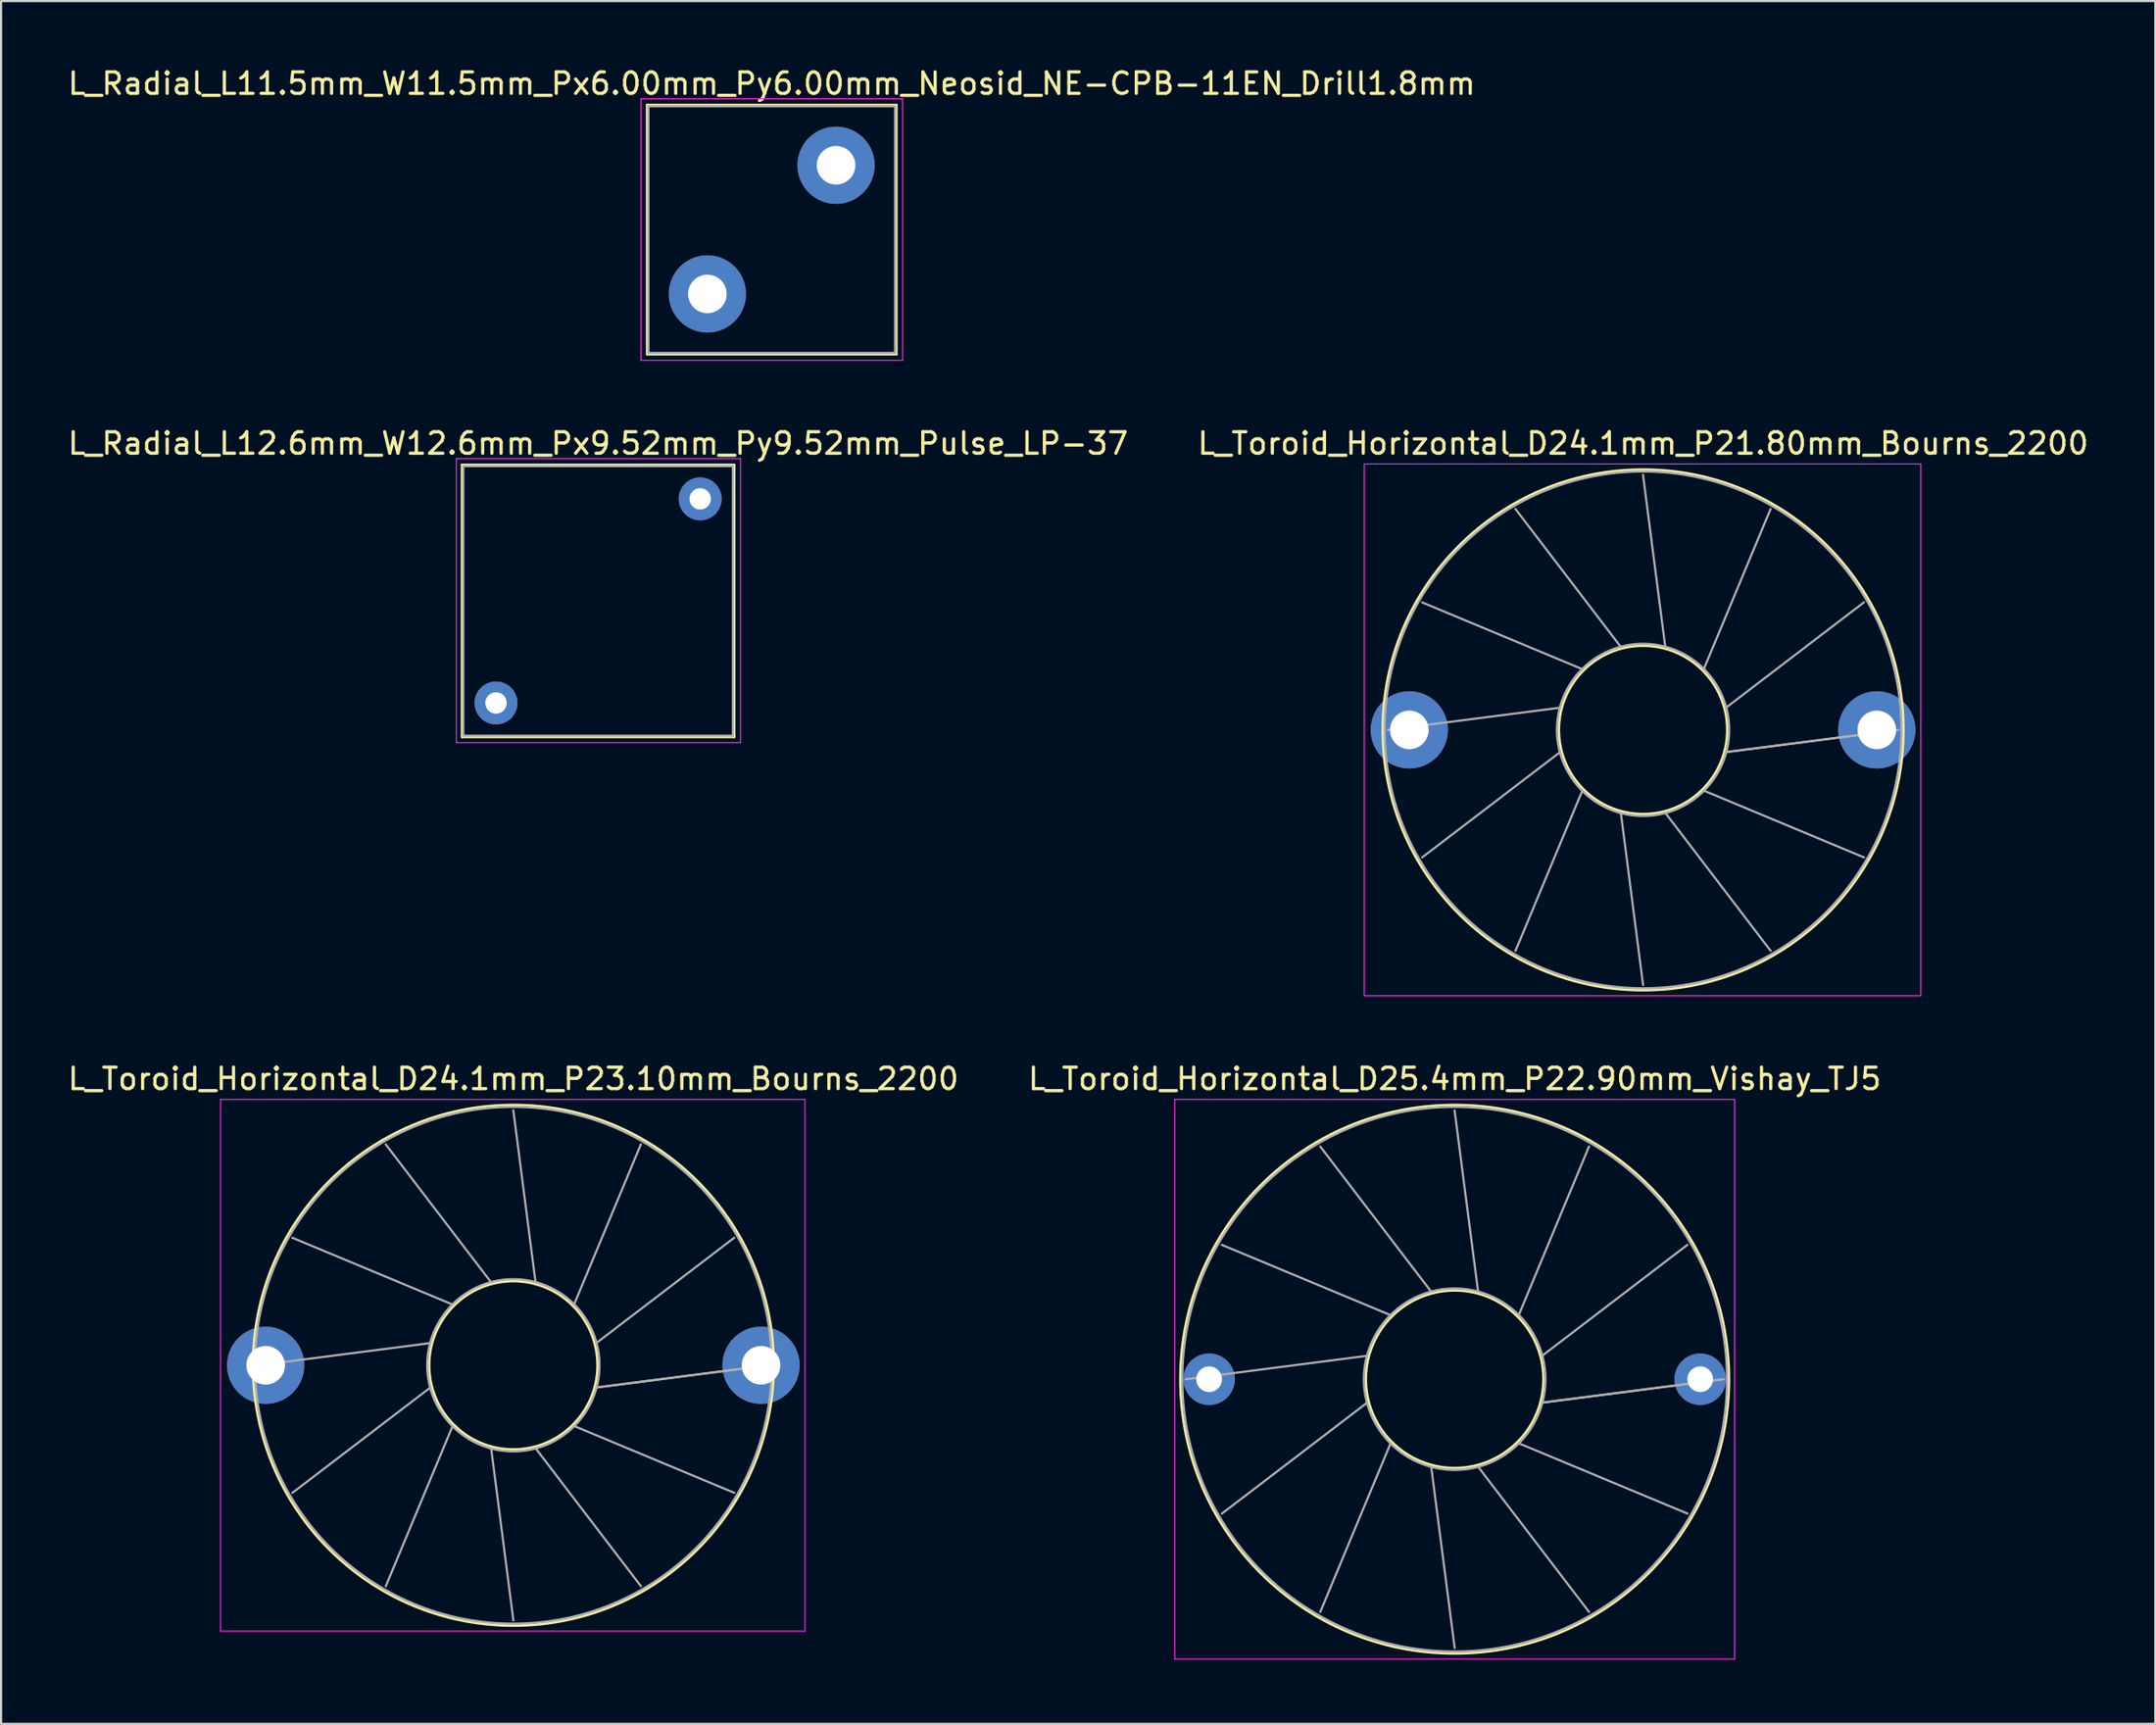
<source format=kicad_pcb>
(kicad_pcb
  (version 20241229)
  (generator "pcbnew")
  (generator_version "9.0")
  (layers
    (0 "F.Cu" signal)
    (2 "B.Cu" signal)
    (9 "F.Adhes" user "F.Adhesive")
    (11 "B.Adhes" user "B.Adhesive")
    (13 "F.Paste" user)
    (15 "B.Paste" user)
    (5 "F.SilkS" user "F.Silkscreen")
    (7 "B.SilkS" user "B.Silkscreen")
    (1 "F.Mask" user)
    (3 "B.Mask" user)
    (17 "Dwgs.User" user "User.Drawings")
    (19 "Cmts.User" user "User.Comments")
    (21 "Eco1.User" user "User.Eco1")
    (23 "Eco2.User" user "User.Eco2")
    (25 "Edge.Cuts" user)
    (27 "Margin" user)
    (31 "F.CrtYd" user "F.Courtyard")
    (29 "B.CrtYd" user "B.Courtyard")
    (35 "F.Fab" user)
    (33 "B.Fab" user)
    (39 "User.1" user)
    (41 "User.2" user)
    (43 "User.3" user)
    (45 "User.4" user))
  (footprint "L_Toroid_Horizontal_D24.1mm_P23.10mm_Bourns_2200"
    (layer "F.Cu")
    (at 9.337 60.625)
    (property "Reference" "L_Toroid_Horizontal_D24.1mm_P23.10mm_Bourns_2200" (at 11.55 -13.36 0) (layer "F.SilkS") (effects (font (size 1 1) (thickness 0.15))))
    (attr through_hole)
    (fp_circle (center 11.55 0) (end 15.477 0) (stroke (width 0.12) (type solid)) (fill no) (layer "F.SilkS"))
    (fp_circle (center 11.55 0) (end 23.69 0) (stroke (width 0.12) (type solid)) (fill no) (layer "F.SilkS"))
    (fp_line (start -2.1 -12.4) (end -2.1 12.4) (stroke (width 0.05) (type solid)) (layer "F.CrtYd"))
    (fp_line (start -2.1 12.4) (end 25.15 12.4) (stroke (width 0.05) (type solid)) (layer "F.CrtYd"))
    (fp_line (start 25.15 -12.4) (end -2.1 -12.4) (stroke (width 0.05) (type solid)) (layer "F.CrtYd"))
    (fp_line (start 25.15 12.4) (end 25.15 -12.4) (stroke (width 0.05) (type solid)) (layer "F.CrtYd"))
    (fp_line (start -0.347 0.001) (end 7.681 -1.036) (stroke (width 0.1) (type solid)) (layer "F.Fab"))
    (fp_line (start 1.246 -5.947) (end 8.718 -2.832) (stroke (width 0.1) (type solid)) (layer "F.Fab"))
    (fp_line (start 1.247 5.949) (end 7.681 1.037) (stroke (width 0.1) (type solid)) (layer "F.Fab"))
    (fp_line (start 5.6 -10.303) (end 10.513 -3.869) (stroke (width 0.1) (type solid)) (layer "F.Fab"))
    (fp_line (start 5.602 10.304) (end 8.718 2.832) (stroke (width 0.1) (type solid)) (layer "F.Fab"))
    (fp_line (start 11.548 -11.897) (end 12.586 -3.869) (stroke (width 0.1) (type solid)) (layer "F.Fab"))
    (fp_line (start 11.551 11.897) (end 10.514 3.869) (stroke (width 0.1) (type solid)) (layer "F.Fab"))
    (fp_line (start 17.497 -10.304) (end 14.382 -2.833) (stroke (width 0.1) (type solid)) (layer "F.Fab"))
    (fp_line (start 17.499 10.303) (end 12.587 3.869) (stroke (width 0.1) (type solid)) (layer "F.Fab"))
    (fp_line (start 21.852 -5.95) (end 15.419 -1.037) (stroke (width 0.1) (type solid)) (layer "F.Fab"))
    (fp_line (start 21.853 5.948) (end 14.382 2.832) (stroke (width 0.1) (type solid)) (layer "F.Fab"))
    (fp_line (start 23.447 -0.002) (end 15.419 1.036) (stroke (width 0.1) (type solid)) (layer "F.Fab"))
    (fp_line (start 23.447 0) (end 15.419 1.037) (stroke (width 0.1) (type solid)) (layer "F.Fab"))
    (fp_circle (center 11.55 0) (end 15.567 0) (stroke (width 0.1) (type solid)) (fill no) (layer "F.Fab"))
    (fp_circle (center 11.55 0) (end 23.6 0) (stroke (width 0.1) (type solid)) (fill no) (layer "F.Fab"))
    (pad "1" thru_hole circle (at 0 0) (size 3.6 3.6) (drill 1.8) (layers "*.Cu" "*.Mask"))
    (pad "2" thru_hole circle (at 23.1 0) (size 3.6 3.6) (drill 1.8) (layers "*.Cu" "*.Mask")))
  (footprint "L_Radial_L12.6mm_W12.6mm_Px9.52mm_Py9.52mm_Pulse_LP-37"
    (layer "F.Cu")
    (at 20.079 29.736)
    (property "Reference" "L_Radial_L12.6mm_W12.6mm_Px9.52mm_Py9.52mm_Pulse_LP-37" (at 4.76 -12.105 0) (layer "F.SilkS") (effects (font (size 1 1) (thickness 0.15))))
    (attr through_hole)
    (fp_line (start -1.585 -11.105) (end -1.585 1.585) (stroke (width 0.12) (type solid)) (layer "F.SilkS"))
    (fp_line (start -1.585 -11.105) (end 11.105 -11.105) (stroke (width 0.12) (type solid)) (layer "F.SilkS"))
    (fp_line (start -1.585 1.585) (end 11.105 1.585) (stroke (width 0.12) (type solid)) (layer "F.SilkS"))
    (fp_line (start 11.105 -11.105) (end 11.105 1.585) (stroke (width 0.12) (type solid)) (layer "F.SilkS"))
    (fp_line (start -1.85 -11.4) (end -1.85 1.85) (stroke (width 0.05) (type solid)) (layer "F.CrtYd"))
    (fp_line (start -1.85 1.85) (end 11.4 1.85) (stroke (width 0.05) (type solid)) (layer "F.CrtYd"))
    (fp_line (start 11.4 -11.4) (end -1.85 -11.4) (stroke (width 0.05) (type solid)) (layer "F.CrtYd"))
    (fp_line (start 11.4 1.85) (end 11.4 -11.4) (stroke (width 0.05) (type solid)) (layer "F.CrtYd"))
    (fp_line (start -1.525 -11.045) (end -1.525 1.525) (stroke (width 0.1) (type solid)) (layer "F.Fab"))
    (fp_line (start -1.525 1.525) (end 11.045 1.525) (stroke (width 0.1) (type solid)) (layer "F.Fab"))
    (fp_line (start 11.045 -11.045) (end -1.525 -11.045) (stroke (width 0.1) (type solid)) (layer "F.Fab"))
    (fp_line (start 11.045 1.525) (end 11.045 -11.045) (stroke (width 0.1) (type solid)) (layer "F.Fab"))
    (pad "1" thru_hole circle (at 0 0) (size 2 2) (drill 1) (layers "*.Cu" "*.Mask"))
    (pad "2" thru_hole circle (at 9.52 -9.52) (size 2 2) (drill 1) (layers "*.Cu" "*.Mask")))
  (footprint "L_Toroid_Horizontal_D24.1mm_P21.80mm_Bourns_2200"
    (layer "F.Cu")
    (at 62.665 30.991)
    (property "Reference" "L_Toroid_Horizontal_D24.1mm_P21.80mm_Bourns_2200" (at 10.9 -13.36 0) (layer "F.SilkS") (effects (font (size 1 1) (thickness 0.15))))
    (attr through_hole)
    (fp_circle (center 10.9 0) (end 14.827 0) (stroke (width 0.12) (type solid)) (fill no) (layer "F.SilkS"))
    (fp_circle (center 10.9 0) (end 23.04 0) (stroke (width 0.12) (type solid)) (fill no) (layer "F.SilkS"))
    (fp_line (start -2.1 -12.4) (end -2.1 12.4) (stroke (width 0.05) (type solid)) (layer "F.CrtYd"))
    (fp_line (start -2.1 12.4) (end 23.85 12.4) (stroke (width 0.05) (type solid)) (layer "F.CrtYd"))
    (fp_line (start 23.85 -12.4) (end -2.1 -12.4) (stroke (width 0.05) (type solid)) (layer "F.CrtYd"))
    (fp_line (start 23.85 12.4) (end 23.85 -12.4) (stroke (width 0.05) (type solid)) (layer "F.CrtYd"))
    (fp_line (start -0.997 0.001) (end 7.031 -1.036) (stroke (width 0.1) (type solid)) (layer "F.Fab"))
    (fp_line (start 0.596 -5.947) (end 8.068 -2.832) (stroke (width 0.1) (type solid)) (layer "F.Fab"))
    (fp_line (start 0.597 5.949) (end 7.031 1.037) (stroke (width 0.1) (type solid)) (layer "F.Fab"))
    (fp_line (start 4.95 -10.303) (end 9.863 -3.869) (stroke (width 0.1) (type solid)) (layer "F.Fab"))
    (fp_line (start 4.952 10.304) (end 8.068 2.832) (stroke (width 0.1) (type solid)) (layer "F.Fab"))
    (fp_line (start 10.898 -11.897) (end 11.936 -3.869) (stroke (width 0.1) (type solid)) (layer "F.Fab"))
    (fp_line (start 10.901 11.897) (end 9.864 3.869) (stroke (width 0.1) (type solid)) (layer "F.Fab"))
    (fp_line (start 16.847 -10.304) (end 13.732 -2.833) (stroke (width 0.1) (type solid)) (layer "F.Fab"))
    (fp_line (start 16.849 10.303) (end 11.937 3.869) (stroke (width 0.1) (type solid)) (layer "F.Fab"))
    (fp_line (start 21.202 -5.95) (end 14.769 -1.037) (stroke (width 0.1) (type solid)) (layer "F.Fab"))
    (fp_line (start 21.203 5.948) (end 13.732 2.832) (stroke (width 0.1) (type solid)) (layer "F.Fab"))
    (fp_line (start 22.797 -0.002) (end 14.769 1.036) (stroke (width 0.1) (type solid)) (layer "F.Fab"))
    (fp_line (start 22.797 0) (end 14.769 1.037) (stroke (width 0.1) (type solid)) (layer "F.Fab"))
    (fp_circle (center 10.9 0) (end 14.917 0) (stroke (width 0.1) (type solid)) (fill no) (layer "F.Fab"))
    (fp_circle (center 10.9 0) (end 22.95 0) (stroke (width 0.1) (type solid)) (fill no) (layer "F.Fab"))
    (pad "1" thru_hole circle (at 0 0) (size 3.6 3.6) (drill 1.8) (layers "*.Cu" "*.Mask"))
    (pad "2" thru_hole circle (at 21.8 0) (size 3.6 3.6) (drill 1.8) (layers "*.Cu" "*.Mask")))
  (footprint "L_Radial_L11.5mm_W11.5mm_Px6.00mm_Py6.00mm_Neosid_NE-CPB-11EN_Drill1.8mm"
    (layer "F.Cu")
    (at 29.935 10.658)
    (property "Reference" "L_Radial_L11.5mm_W11.5mm_Px6.00mm_Py6.00mm_Neosid_NE-CPB-11EN_Drill1.8mm" (at 3 -9.81 0) (layer "F.SilkS") (effects (font (size 1 1) (thickness 0.15))))
    (attr through_hole)
    (fp_line (start -2.81 -8.81) (end -2.81 2.81) (stroke (width 0.12) (type solid)) (layer "F.SilkS"))
    (fp_line (start -2.81 -8.81) (end 8.81 -8.81) (stroke (width 0.12) (type solid)) (layer "F.SilkS"))
    (fp_line (start -2.81 2.81) (end 8.81 2.81) (stroke (width 0.12) (type solid)) (layer "F.SilkS"))
    (fp_line (start 8.81 -8.81) (end 8.81 2.81) (stroke (width 0.12) (type solid)) (layer "F.SilkS"))
    (fp_line (start -3.1 -9.1) (end -3.1 3.1) (stroke (width 0.05) (type solid)) (layer "F.CrtYd"))
    (fp_line (start -3.1 3.1) (end 9.1 3.1) (stroke (width 0.05) (type solid)) (layer "F.CrtYd"))
    (fp_line (start 9.1 -9.1) (end -3.1 -9.1) (stroke (width 0.05) (type solid)) (layer "F.CrtYd"))
    (fp_line (start 9.1 3.1) (end 9.1 -9.1) (stroke (width 0.05) (type solid)) (layer "F.CrtYd"))
    (fp_line (start -2.75 -8.75) (end -2.75 2.75) (stroke (width 0.1) (type solid)) (layer "F.Fab"))
    (fp_line (start -2.75 2.75) (end 8.75 2.75) (stroke (width 0.1) (type solid)) (layer "F.Fab"))
    (fp_line (start 8.75 -8.75) (end -2.75 -8.75) (stroke (width 0.1) (type solid)) (layer "F.Fab"))
    (fp_line (start 8.75 2.75) (end 8.75 -8.75) (stroke (width 0.1) (type solid)) (layer "F.Fab"))
    (pad "1" thru_hole circle (at 0 0) (size 3.6 3.6) (drill 1.8) (layers "*.Cu" "*.Mask"))
    (pad "2" thru_hole circle (at 6 -6) (size 3.6 3.6) (drill 1.8) (layers "*.Cu" "*.Mask")))
  (footprint "L_Toroid_Horizontal_D25.4mm_P22.90mm_Vishay_TJ5"
    (layer "F.Cu")
    (at 53.33 61.275)
    (property "Reference" "L_Toroid_Horizontal_D25.4mm_P22.90mm_Vishay_TJ5" (at 11.45 -14.01 0) (layer "F.SilkS") (effects (font (size 1 1) (thickness 0.15))))
    (attr through_hole)
    (fp_circle (center 11.45 0) (end 15.593 0) (stroke (width 0.12) (type solid)) (fill no) (layer "F.SilkS"))
    (fp_circle (center 11.45 0) (end 24.24 0) (stroke (width 0.12) (type solid)) (fill no) (layer "F.SilkS"))
    (fp_line (start -1.6 -13.05) (end -1.6 13.05) (stroke (width 0.05) (type solid)) (layer "F.CrtYd"))
    (fp_line (start -1.6 13.05) (end 24.5 13.05) (stroke (width 0.05) (type solid)) (layer "F.CrtYd"))
    (fp_line (start 24.5 -13.05) (end -1.6 -13.05) (stroke (width 0.05) (type solid)) (layer "F.CrtYd"))
    (fp_line (start 24.5 13.05) (end 24.5 -13.05) (stroke (width 0.05) (type solid)) (layer "F.CrtYd"))
    (fp_line (start -1.084 0.001) (end 7.368 -1.093) (stroke (width 0.1) (type solid)) (layer "F.Fab"))
    (fp_line (start 0.594 -6.266) (end 8.461 -2.988) (stroke (width 0.1) (type solid)) (layer "F.Fab"))
    (fp_line (start 0.596 6.268) (end 7.368 1.094) (stroke (width 0.1) (type solid)) (layer "F.Fab"))
    (fp_line (start 5.182 -10.854) (end 10.356 -4.082) (stroke (width 0.1) (type solid)) (layer "F.Fab"))
    (fp_line (start 5.184 10.855) (end 8.462 2.989) (stroke (width 0.1) (type solid)) (layer "F.Fab"))
    (fp_line (start 11.448 -12.534) (end 12.543 -4.082) (stroke (width 0.1) (type solid)) (layer "F.Fab"))
    (fp_line (start 11.451 12.534) (end 10.356 4.082) (stroke (width 0.1) (type solid)) (layer "F.Fab"))
    (fp_line (start 17.715 -10.856) (end 14.438 -2.989) (stroke (width 0.1) (type solid)) (layer "F.Fab"))
    (fp_line (start 17.717 10.855) (end 12.544 4.082) (stroke (width 0.1) (type solid)) (layer "F.Fab"))
    (fp_line (start 22.304 -6.269) (end 15.532 -1.095) (stroke (width 0.1) (type solid)) (layer "F.Fab"))
    (fp_line (start 22.305 6.267) (end 14.438 2.988) (stroke (width 0.1) (type solid)) (layer "F.Fab"))
    (fp_line (start 23.984 -0.002) (end 15.532 1.093) (stroke (width 0.1) (type solid)) (layer "F.Fab"))
    (fp_line (start 23.984 0) (end 15.532 1.094) (stroke (width 0.1) (type solid)) (layer "F.Fab"))
    (fp_circle (center 11.45 0) (end 15.683 0) (stroke (width 0.1) (type solid)) (fill no) (layer "F.Fab"))
    (fp_circle (center 11.45 0) (end 24.15 0) (stroke (width 0.1) (type solid)) (fill no) (layer "F.Fab"))
    (pad "1" thru_hole circle (at 0 0) (size 2.4 2.4) (drill 1.2) (layers "*.Cu" "*.Mask"))
    (pad "2" thru_hole circle (at 22.9 0) (size 2.4 2.4) (drill 1.2) (layers "*.Cu" "*.Mask")))
  (gr_rect
    (start -3 -3)
    (end 97.452 77.35)
    (stroke (width 0.1) (type default))
    (fill no)
    (layer "Edge.Cuts")))
</source>
